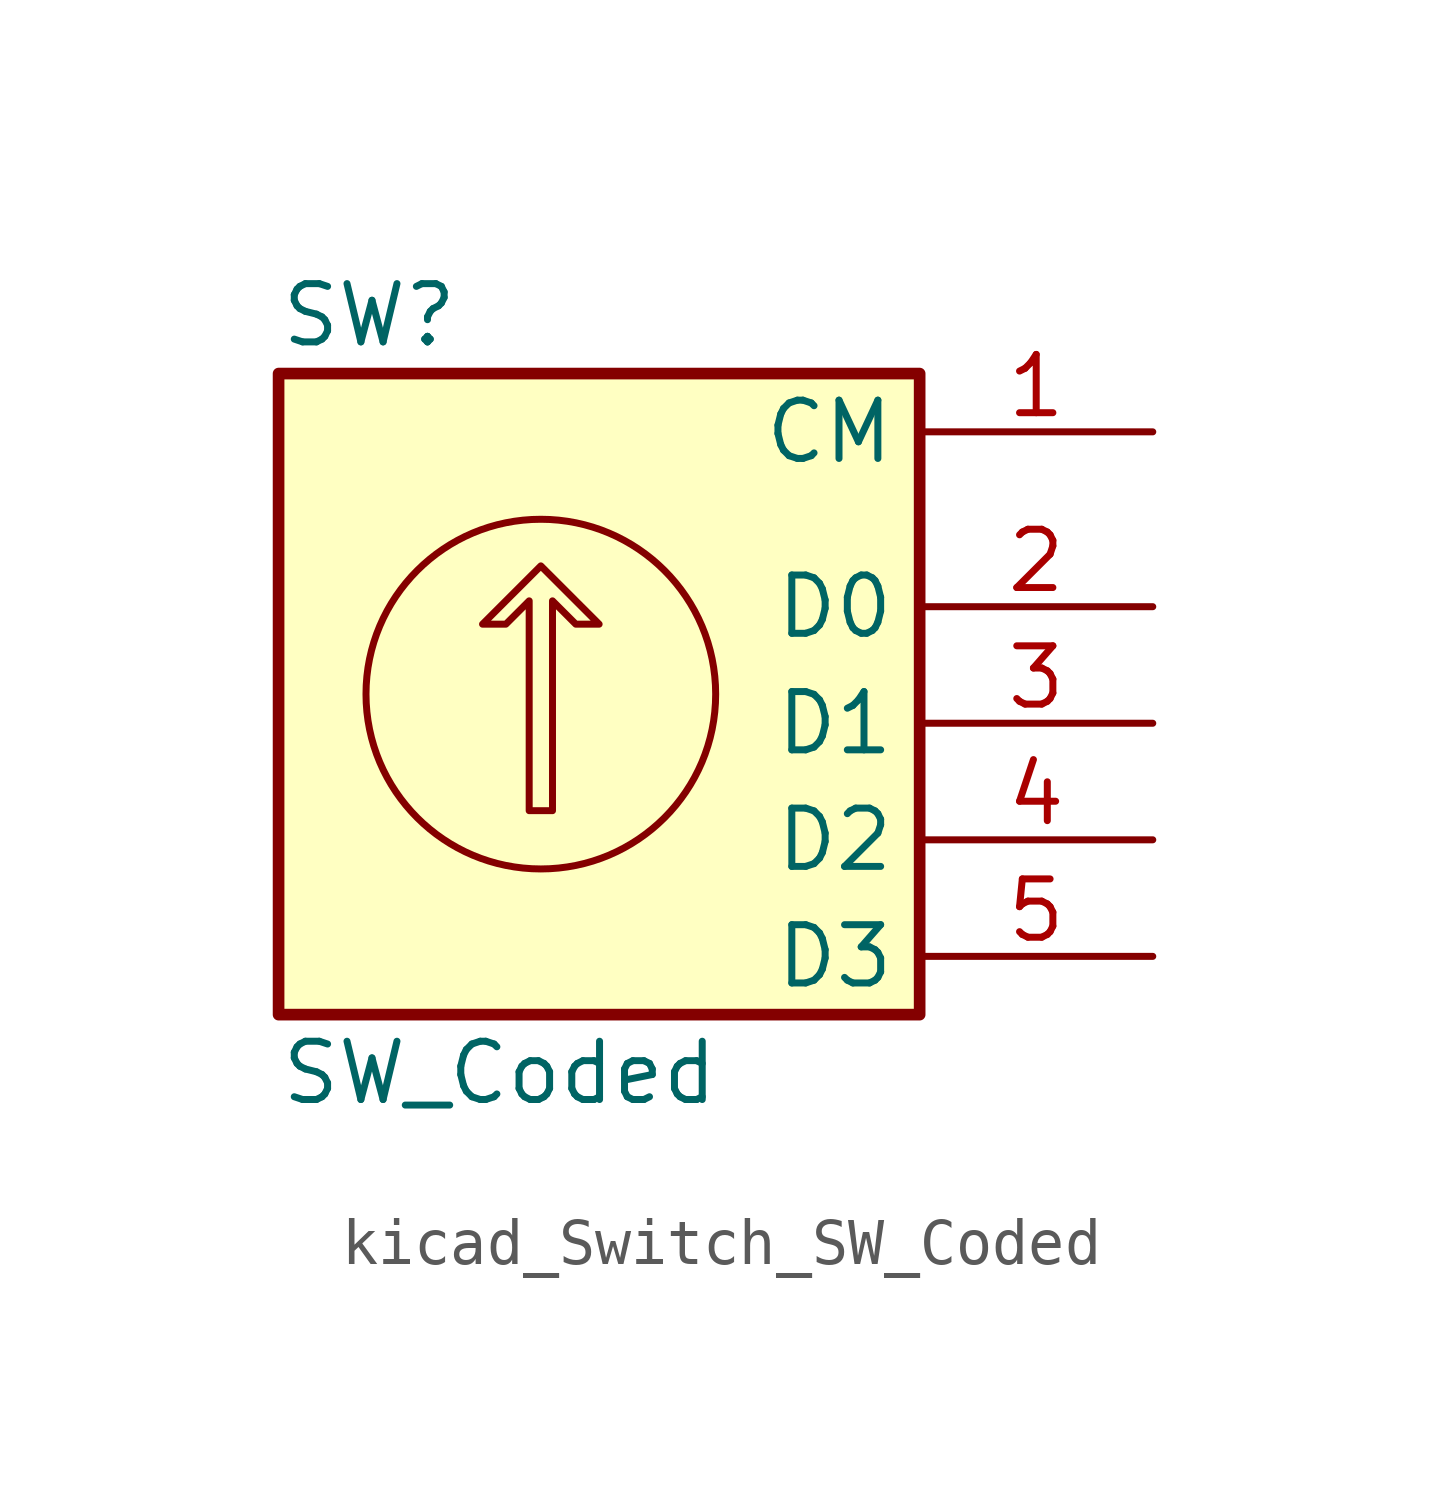
<source format=kicad_sym>
(kicad_symbol_lib
  (version 20220914)
  (generator kicad_symbol_editor)
  (symbol "kicad_Switch_SW_Coded"
    (property "Reference" "SW"
      (at -6.35 8.89 0)
      (effects (font (size 1.27 1.27)) (justify left)))
    (property "Value" "SW_Coded"
      (at -6.35 -7.62 0)
      (effects (font (size 1.27 1.27)) (justify left)))
    (symbol "kicad_Switch_SW_Coded_0_1"
      (circle (center -0.635 0.635) (radius 3.81) (stroke (width 0) (type default)) (fill (type none)))
      (polyline (pts (xy -0.889 -1.905) (xy -0.889 2.667) (xy -1.397 2.159) (xy -1.905 2.159) (xy -0.635 3.429) (xy 0.635 2.159) (xy 0.127 2.159) (xy -0.381 2.667) (xy -0.381 -1.905) (xy -0.889 -1.905) (xy -0.889 -1.905)) (stroke (width 0) (type default)) (fill (type none)))
      (rectangle (start 7.62 7.62) (end -6.35 -6.35) (stroke (width 0.254) (type default)) (fill (type background))))
    (symbol "kicad_Switch_SW_Coded_1_1"
      (pin passive line (at 12.7 6.35 180) (length 5.08) (name "CM" (effects (font (size 1.27 1.27)))) (number "1" (effects (font (size 1.27 1.27)))))
      (pin passive line (at 12.7 2.54 180) (length 5.08) (name "D0" (effects (font (size 1.27 1.27)))) (number "2" (effects (font (size 1.27 1.27)))))
      (pin passive line (at 12.7 0 180) (length 5.08) (name "D1" (effects (font (size 1.27 1.27)))) (number "3" (effects (font (size 1.27 1.27)))))
      (pin passive line (at 12.7 -2.54 180) (length 5.08) (name "D2" (effects (font (size 1.27 1.27)))) (number "4" (effects (font (size 1.27 1.27)))))
      (pin passive line (at 12.7 -5.08 180) (length 5.08) (name "D3" (effects (font (size 1.27 1.27)))) (number "5" (effects (font (size 1.27 1.27))))))))
</source>
